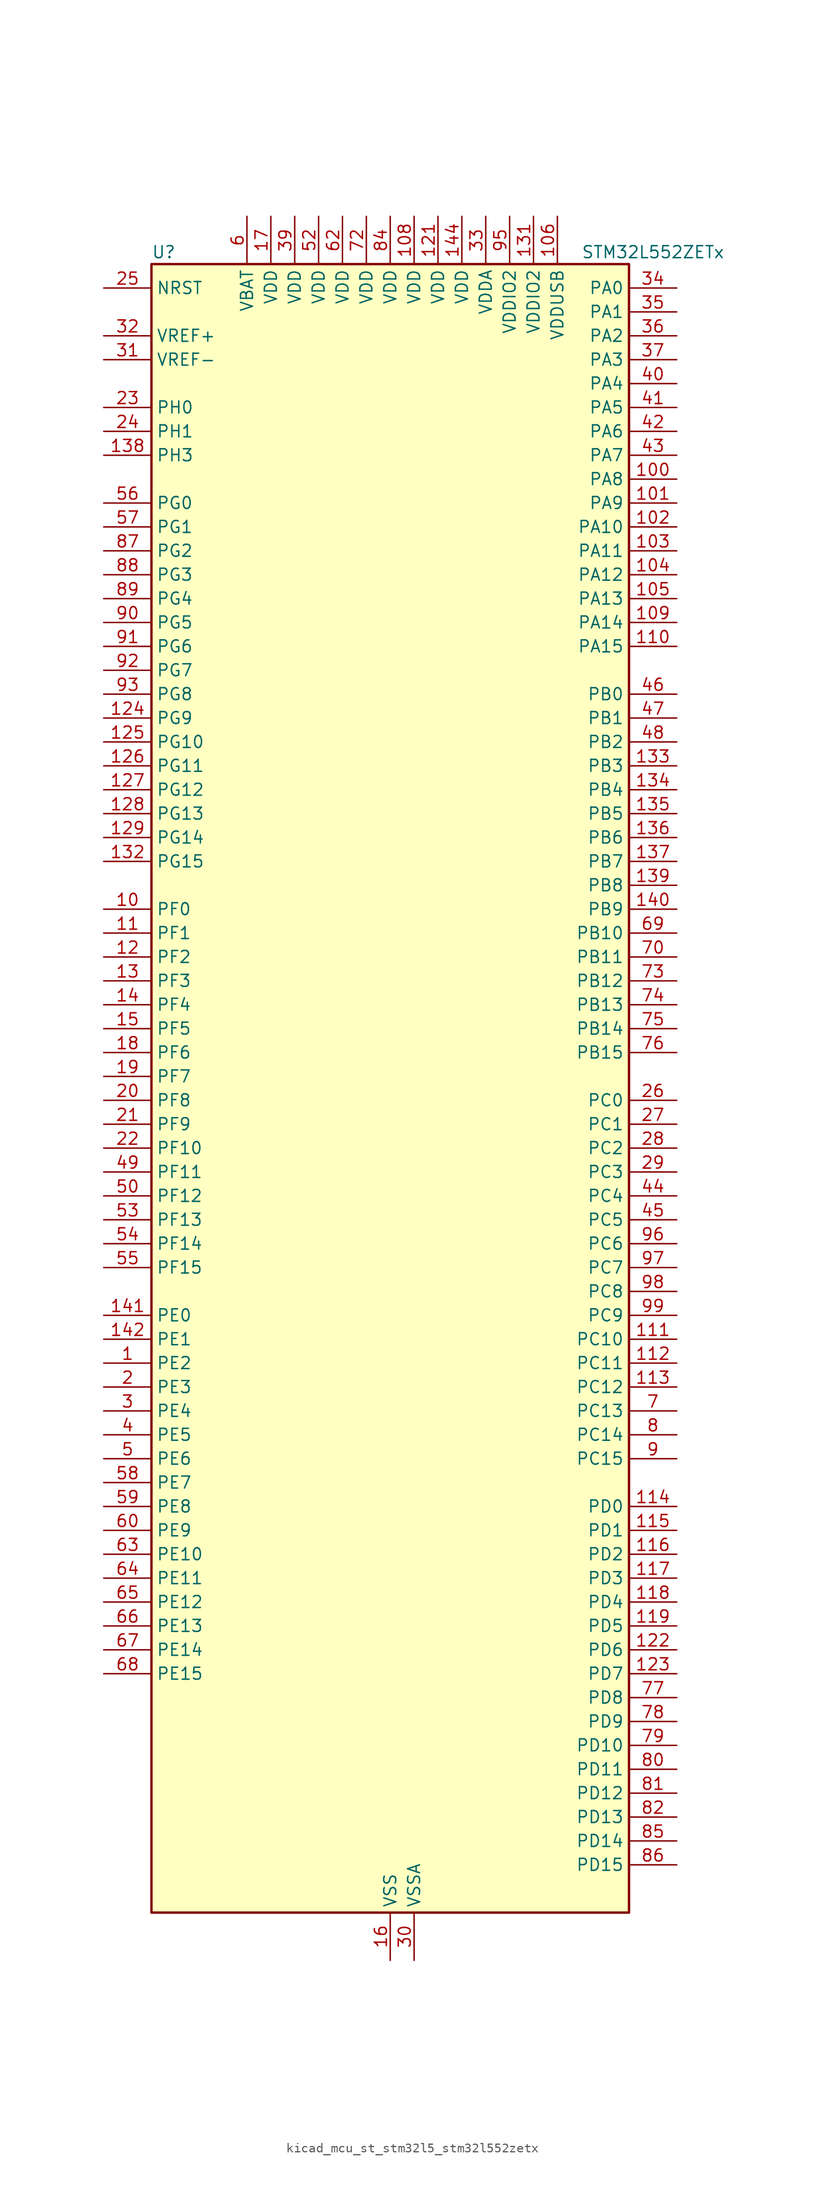
<source format=kicad_sym>
(kicad_symbol_lib
  (version 20220914)
  (generator kicad_symbol_editor)
  (symbol "kicad_mcu_st_stm32l5_stm32l552zetx"
    (property "Reference" "U"
      (at -25.4 90.17 0)
      (effects (font (size 1.27 1.27)) (justify left)))
    (property "Value" "STM32L552ZETx"
      (at 20.32 90.17 0)
      (effects (font (size 1.27 1.27)) (justify left)))
    (property "ki_locked" ""
      (at 0 0 0)
      (effects (font (size 1.27 1.27))))
    (symbol "kicad_mcu_st_stm32l5_stm32l552zetx_0_1"
      (rectangle (start -25.4 -86.36) (end 25.4 88.9) (stroke (width 0.254) (type default)) (fill (type background))))
    (symbol "kicad_mcu_st_stm32l5_stm32l552zetx_1_1"
      (pin bidirectional line (at -30.48 -27.94 0) (length 5.08) (name "PE2" (effects (font (size 1.27 1.27)))) (number "1" (effects (font (size 1.27 1.27)))) (alternate "DEBUG_TRACECLK" bidirectional line) (alternate "FMC_A23" bidirectional line) (alternate "SAI1_CK1" bidirectional line) (alternate "SAI1_MCLK_A" bidirectional line) (alternate "TIM3_ETR" bidirectional line) (alternate "TSC_G7_IO1" bidirectional line))
      (pin bidirectional line (at -30.48 20.32 0) (length 5.08) (name "PF0" (effects (font (size 1.27 1.27)))) (number "10" (effects (font (size 1.27 1.27)))) (alternate "FMC_A0" bidirectional line) (alternate "I2C2_SDA" bidirectional line))
      (pin bidirectional line (at 30.48 66.04 180) (length 5.08) (name "PA8" (effects (font (size 1.27 1.27)))) (number "100" (effects (font (size 1.27 1.27)))) (alternate "LPTIM2_OUT" bidirectional line) (alternate "RCC_MCO" bidirectional line) (alternate "SAI1_CK2" bidirectional line) (alternate "SAI1_SCK_A" bidirectional line) (alternate "TIM1_CH1" bidirectional line) (alternate "USART1_CK" bidirectional line))
      (pin bidirectional line (at 30.48 63.5 180) (length 5.08) (name "PA9" (effects (font (size 1.27 1.27)))) (number "101" (effects (font (size 1.27 1.27)))) (alternate "DAC1_EXTI9" bidirectional line) (alternate "SAI1_FS_A" bidirectional line) (alternate "SPI2_SCK" bidirectional line) (alternate "TIM15_BKIN" bidirectional line) (alternate "TIM1_CH2" bidirectional line) (alternate "USART1_TX" bidirectional line))
      (pin bidirectional line (at 30.48 60.96 180) (length 5.08) (name "PA10" (effects (font (size 1.27 1.27)))) (number "102" (effects (font (size 1.27 1.27)))) (alternate "CRS_SYNC" bidirectional line) (alternate "SAI1_D1" bidirectional line) (alternate "SAI1_SD_A" bidirectional line) (alternate "TIM17_BKIN" bidirectional line) (alternate "TIM1_CH3" bidirectional line) (alternate "USART1_RX" bidirectional line))
      (pin bidirectional line (at 30.48 58.42 180) (length 5.08) (name "PA11" (effects (font (size 1.27 1.27)))) (number "103" (effects (font (size 1.27 1.27)))) (alternate "ADC1_EXTI11" bidirectional line) (alternate "ADC2_EXTI11" bidirectional line) (alternate "FDCAN1_RX" bidirectional line) (alternate "SPI1_MISO" bidirectional line) (alternate "TIM1_BKIN2" bidirectional line) (alternate "TIM1_CH4" bidirectional line) (alternate "USART1_CTS" bidirectional line) (alternate "USART1_NSS" bidirectional line) (alternate "USB_DM" bidirectional line))
      (pin bidirectional line (at 30.48 55.88 180) (length 5.08) (name "PA12" (effects (font (size 1.27 1.27)))) (number "104" (effects (font (size 1.27 1.27)))) (alternate "FDCAN1_TX" bidirectional line) (alternate "SPI1_MOSI" bidirectional line) (alternate "TIM1_ETR" bidirectional line) (alternate "USART1_DE" bidirectional line) (alternate "USART1_RTS" bidirectional line) (alternate "USB_DP" bidirectional line))
      (pin bidirectional line (at 30.48 53.34 180) (length 5.08) (name "PA13" (effects (font (size 1.27 1.27)))) (number "105" (effects (font (size 1.27 1.27)))) (alternate "DEBUG_JTMS-SWDIO" bidirectional line) (alternate "IR_OUT" bidirectional line) (alternate "SAI1_SD_B" bidirectional line) (alternate "USB_NOE" bidirectional line))
      (pin power_in line (at 17.78 93.98 270) (length 5.08) (name "VDDUSB" (effects (font (size 1.27 1.27)))) (number "106" (effects (font (size 1.27 1.27)))))
      (pin passive line (at 0 -91.44 90) (length 5.08) hide (name "VSS" (effects (font (size 1.27 1.27)))) (number "107" (effects (font (size 1.27 1.27)))))
      (pin power_in line (at 2.54 93.98 270) (length 5.08) (name "VDD" (effects (font (size 1.27 1.27)))) (number "108" (effects (font (size 1.27 1.27)))))
      (pin bidirectional line (at 30.48 50.8 180) (length 5.08) (name "PA14" (effects (font (size 1.27 1.27)))) (number "109" (effects (font (size 1.27 1.27)))) (alternate "DEBUG_JTCK-SWCLK" bidirectional line) (alternate "I2C1_SMBA" bidirectional line) (alternate "I2C4_SMBA" bidirectional line) (alternate "LPTIM1_OUT" bidirectional line) (alternate "SAI1_FS_B" bidirectional line))
      (pin bidirectional line (at -30.48 17.78 0) (length 5.08) (name "PF1" (effects (font (size 1.27 1.27)))) (number "11" (effects (font (size 1.27 1.27)))) (alternate "FMC_A1" bidirectional line) (alternate "I2C2_SCL" bidirectional line))
      (pin bidirectional line (at 30.48 48.26 180) (length 5.08) (name "PA15" (effects (font (size 1.27 1.27)))) (number "110" (effects (font (size 1.27 1.27)))) (alternate "ADC1_EXTI15" bidirectional line) (alternate "ADC2_EXTI15" bidirectional line) (alternate "DEBUG_JTDI" bidirectional line) (alternate "SAI2_FS_B" bidirectional line) (alternate "SPI1_NSS" bidirectional line) (alternate "SPI3_NSS" bidirectional line) (alternate "TIM2_CH1" bidirectional line) (alternate "TIM2_ETR" bidirectional line) (alternate "UART4_DE" bidirectional line) (alternate "UART4_RTS" bidirectional line) (alternate "UCPD1_CC1" bidirectional line) (alternate "USART2_RX" bidirectional line) (alternate "USART3_DE" bidirectional line) (alternate "USART3_RTS" bidirectional line))
      (pin bidirectional line (at 30.48 -25.4 180) (length 5.08) (name "PC10" (effects (font (size 1.27 1.27)))) (number "111" (effects (font (size 1.27 1.27)))) (alternate "DEBUG_TRACED1" bidirectional line) (alternate "LPTIM3_ETR" bidirectional line) (alternate "SAI2_SCK_B" bidirectional line) (alternate "SDMMC1_D2" bidirectional line) (alternate "SPI3_SCK" bidirectional line) (alternate "TSC_G3_IO2" bidirectional line) (alternate "UART4_TX" bidirectional line) (alternate "USART3_TX" bidirectional line))
      (pin bidirectional line (at 30.48 -27.94 180) (length 5.08) (name "PC11" (effects (font (size 1.27 1.27)))) (number "112" (effects (font (size 1.27 1.27)))) (alternate "ADC1_EXTI11" bidirectional line) (alternate "ADC2_EXTI11" bidirectional line) (alternate "LPTIM3_IN1" bidirectional line) (alternate "OCTOSPI1_NCS" bidirectional line) (alternate "SAI2_MCLK_B" bidirectional line) (alternate "SDMMC1_D3" bidirectional line) (alternate "SPI3_MISO" bidirectional line) (alternate "TSC_G3_IO3" bidirectional line) (alternate "UART4_RX" bidirectional line) (alternate "UCPD1_FRSTX2" bidirectional line) (alternate "USART3_RX" bidirectional line))
      (pin bidirectional line (at 30.48 -30.48 180) (length 5.08) (name "PC12" (effects (font (size 1.27 1.27)))) (number "113" (effects (font (size 1.27 1.27)))) (alternate "DEBUG_TRACED3" bidirectional line) (alternate "SAI2_SD_B" bidirectional line) (alternate "SDMMC1_CK" bidirectional line) (alternate "SPI3_MOSI" bidirectional line) (alternate "TSC_G3_IO4" bidirectional line) (alternate "UART5_TX" bidirectional line) (alternate "USART3_CK" bidirectional line))
      (pin bidirectional line (at 30.48 -43.18 180) (length 5.08) (name "PD0" (effects (font (size 1.27 1.27)))) (number "114" (effects (font (size 1.27 1.27)))) (alternate "FDCAN1_RX" bidirectional line) (alternate "FMC_D2" bidirectional line) (alternate "FMC_DA2" bidirectional line) (alternate "SPI2_NSS" bidirectional line))
      (pin bidirectional line (at 30.48 -45.72 180) (length 5.08) (name "PD1" (effects (font (size 1.27 1.27)))) (number "115" (effects (font (size 1.27 1.27)))) (alternate "FDCAN1_TX" bidirectional line) (alternate "FMC_D3" bidirectional line) (alternate "FMC_DA3" bidirectional line) (alternate "SPI2_SCK" bidirectional line))
      (pin bidirectional line (at 30.48 -48.26 180) (length 5.08) (name "PD2" (effects (font (size 1.27 1.27)))) (number "116" (effects (font (size 1.27 1.27)))) (alternate "DEBUG_TRACED2" bidirectional line) (alternate "SDMMC1_CMD" bidirectional line) (alternate "TIM3_ETR" bidirectional line) (alternate "TSC_SYNC" bidirectional line) (alternate "UART5_RX" bidirectional line) (alternate "USART3_DE" bidirectional line) (alternate "USART3_RTS" bidirectional line))
      (pin bidirectional line (at 30.48 -50.8 180) (length 5.08) (name "PD3" (effects (font (size 1.27 1.27)))) (number "117" (effects (font (size 1.27 1.27)))) (alternate "DFSDM1_DATIN0" bidirectional line) (alternate "FMC_CLK" bidirectional line) (alternate "SPI2_MISO" bidirectional line) (alternate "SPI2_SCK" bidirectional line) (alternate "USART2_CTS" bidirectional line) (alternate "USART2_NSS" bidirectional line))
      (pin bidirectional line (at 30.48 -53.34 180) (length 5.08) (name "PD4" (effects (font (size 1.27 1.27)))) (number "118" (effects (font (size 1.27 1.27)))) (alternate "DFSDM1_CKIN0" bidirectional line) (alternate "FMC_NOE" bidirectional line) (alternate "OCTOSPI1_IO4" bidirectional line) (alternate "SPI2_MOSI" bidirectional line) (alternate "USART2_DE" bidirectional line) (alternate "USART2_RTS" bidirectional line))
      (pin bidirectional line (at 30.48 -55.88 180) (length 5.08) (name "PD5" (effects (font (size 1.27 1.27)))) (number "119" (effects (font (size 1.27 1.27)))) (alternate "FMC_NWE" bidirectional line) (alternate "OCTOSPI1_IO5" bidirectional line) (alternate "USART2_TX" bidirectional line))
      (pin bidirectional line (at -30.48 15.24 0) (length 5.08) (name "PF2" (effects (font (size 1.27 1.27)))) (number "12" (effects (font (size 1.27 1.27)))) (alternate "FMC_A2" bidirectional line) (alternate "I2C2_SMBA" bidirectional line))
      (pin passive line (at 0 -91.44 90) (length 5.08) hide (name "VSS" (effects (font (size 1.27 1.27)))) (number "120" (effects (font (size 1.27 1.27)))))
      (pin power_in line (at 5.08 93.98 270) (length 5.08) (name "VDD" (effects (font (size 1.27 1.27)))) (number "121" (effects (font (size 1.27 1.27)))))
      (pin bidirectional line (at 30.48 -58.42 180) (length 5.08) (name "PD6" (effects (font (size 1.27 1.27)))) (number "122" (effects (font (size 1.27 1.27)))) (alternate "DFSDM1_DATIN1" bidirectional line) (alternate "FMC_NWAIT" bidirectional line) (alternate "OCTOSPI1_IO6" bidirectional line) (alternate "SAI1_D1" bidirectional line) (alternate "SAI1_SD_A" bidirectional line) (alternate "SPI3_MOSI" bidirectional line) (alternate "USART2_RX" bidirectional line))
      (pin bidirectional line (at 30.48 -60.96 180) (length 5.08) (name "PD7" (effects (font (size 1.27 1.27)))) (number "123" (effects (font (size 1.27 1.27)))) (alternate "DFSDM1_CKIN1" bidirectional line) (alternate "FMC_NCE" bidirectional line) (alternate "FMC_NE1" bidirectional line) (alternate "OCTOSPI1_IO7" bidirectional line) (alternate "USART2_CK" bidirectional line))
      (pin bidirectional line (at -30.48 40.64 0) (length 5.08) (name "PG9" (effects (font (size 1.27 1.27)))) (number "124" (effects (font (size 1.27 1.27)))) (alternate "DAC1_EXTI9" bidirectional line) (alternate "FMC_NCE" bidirectional line) (alternate "FMC_NE2" bidirectional line) (alternate "SAI2_SCK_A" bidirectional line) (alternate "SPI3_SCK" bidirectional line) (alternate "TIM15_CH1N" bidirectional line) (alternate "USART1_TX" bidirectional line))
      (pin bidirectional line (at -30.48 38.1 0) (length 5.08) (name "PG10" (effects (font (size 1.27 1.27)))) (number "125" (effects (font (size 1.27 1.27)))) (alternate "FMC_NE3" bidirectional line) (alternate "LPTIM1_IN1" bidirectional line) (alternate "SAI2_FS_A" bidirectional line) (alternate "SPI3_MISO" bidirectional line) (alternate "TIM15_CH1" bidirectional line) (alternate "USART1_RX" bidirectional line))
      (pin bidirectional line (at -30.48 35.56 0) (length 5.08) (name "PG11" (effects (font (size 1.27 1.27)))) (number "126" (effects (font (size 1.27 1.27)))) (alternate "ADC1_EXTI11" bidirectional line) (alternate "ADC2_EXTI11" bidirectional line) (alternate "LPTIM1_IN2" bidirectional line) (alternate "OCTOSPI1_IO5" bidirectional line) (alternate "SAI2_MCLK_A" bidirectional line) (alternate "SPI3_MOSI" bidirectional line) (alternate "TIM15_CH2" bidirectional line) (alternate "USART1_CTS" bidirectional line) (alternate "USART1_NSS" bidirectional line))
      (pin bidirectional line (at -30.48 33.02 0) (length 5.08) (name "PG12" (effects (font (size 1.27 1.27)))) (number "127" (effects (font (size 1.27 1.27)))) (alternate "FMC_NE4" bidirectional line) (alternate "LPTIM1_ETR" bidirectional line) (alternate "SAI2_SD_A" bidirectional line) (alternate "SPI3_NSS" bidirectional line) (alternate "USART1_DE" bidirectional line) (alternate "USART1_RTS" bidirectional line))
      (pin bidirectional line (at -30.48 30.48 0) (length 5.08) (name "PG13" (effects (font (size 1.27 1.27)))) (number "128" (effects (font (size 1.27 1.27)))) (alternate "FMC_A24" bidirectional line) (alternate "I2C1_SDA" bidirectional line) (alternate "USART1_CK" bidirectional line))
      (pin bidirectional line (at -30.48 27.94 0) (length 5.08) (name "PG14" (effects (font (size 1.27 1.27)))) (number "129" (effects (font (size 1.27 1.27)))) (alternate "FMC_A25" bidirectional line) (alternate "I2C1_SCL" bidirectional line))
      (pin bidirectional line (at -30.48 12.7 0) (length 5.08) (name "PF3" (effects (font (size 1.27 1.27)))) (number "13" (effects (font (size 1.27 1.27)))) (alternate "FMC_A3" bidirectional line) (alternate "LPTIM3_IN1" bidirectional line))
      (pin passive line (at 0 -91.44 90) (length 5.08) hide (name "VSS" (effects (font (size 1.27 1.27)))) (number "130" (effects (font (size 1.27 1.27)))))
      (pin power_in line (at 15.24 93.98 270) (length 5.08) (name "VDDIO2" (effects (font (size 1.27 1.27)))) (number "131" (effects (font (size 1.27 1.27)))))
      (pin bidirectional line (at -30.48 25.4 0) (length 5.08) (name "PG15" (effects (font (size 1.27 1.27)))) (number "132" (effects (font (size 1.27 1.27)))) (alternate "ADC1_EXTI15" bidirectional line) (alternate "ADC2_EXTI15" bidirectional line) (alternate "I2C1_SMBA" bidirectional line) (alternate "LPTIM1_OUT" bidirectional line))
      (pin bidirectional line (at 30.48 35.56 180) (length 5.08) (name "PB3" (effects (font (size 1.27 1.27)))) (number "133" (effects (font (size 1.27 1.27)))) (alternate "COMP2_INM" bidirectional line) (alternate "CRS_SYNC" bidirectional line) (alternate "DEBUG_JTDO-SWO" bidirectional line) (alternate "SAI1_SCK_B" bidirectional line) (alternate "SPI1_SCK" bidirectional line) (alternate "SPI3_SCK" bidirectional line) (alternate "TIM2_CH2" bidirectional line) (alternate "USART1_DE" bidirectional line) (alternate "USART1_RTS" bidirectional line))
      (pin bidirectional line (at 30.48 33.02 180) (length 5.08) (name "PB4" (effects (font (size 1.27 1.27)))) (number "134" (effects (font (size 1.27 1.27)))) (alternate "COMP2_INP" bidirectional line) (alternate "DEBUG_JTRST" bidirectional line) (alternate "I2C3_SDA" bidirectional line) (alternate "SAI1_MCLK_B" bidirectional line) (alternate "SPI1_MISO" bidirectional line) (alternate "SPI3_MISO" bidirectional line) (alternate "TIM17_BKIN" bidirectional line) (alternate "TIM3_CH1" bidirectional line) (alternate "TSC_G2_IO1" bidirectional line) (alternate "UART5_DE" bidirectional line) (alternate "UART5_RTS" bidirectional line) (alternate "USART1_CTS" bidirectional line) (alternate "USART1_NSS" bidirectional line))
      (pin bidirectional line (at 30.48 30.48 180) (length 5.08) (name "PB5" (effects (font (size 1.27 1.27)))) (number "135" (effects (font (size 1.27 1.27)))) (alternate "COMP2_OUT" bidirectional line) (alternate "I2C1_SMBA" bidirectional line) (alternate "LPTIM1_IN1" bidirectional line) (alternate "OCTOSPI1_NCLK" bidirectional line) (alternate "SAI1_SD_B" bidirectional line) (alternate "SPI1_MOSI" bidirectional line) (alternate "SPI3_MOSI" bidirectional line) (alternate "TIM16_BKIN" bidirectional line) (alternate "TIM3_CH2" bidirectional line) (alternate "TSC_G2_IO2" bidirectional line) (alternate "UART5_CTS" bidirectional line) (alternate "UCPD1_DBCC1" bidirectional line) (alternate "USART1_CK" bidirectional line))
      (pin bidirectional line (at 30.48 27.94 180) (length 5.08) (name "PB6" (effects (font (size 1.27 1.27)))) (number "136" (effects (font (size 1.27 1.27)))) (alternate "COMP2_INP" bidirectional line) (alternate "I2C1_SCL" bidirectional line) (alternate "I2C4_SCL" bidirectional line) (alternate "LPTIM1_ETR" bidirectional line) (alternate "SAI1_FS_B" bidirectional line) (alternate "TIM16_CH1N" bidirectional line) (alternate "TIM4_CH1" bidirectional line) (alternate "TIM8_BKIN2" bidirectional line) (alternate "TSC_G2_IO3" bidirectional line) (alternate "USART1_TX" bidirectional line))
      (pin bidirectional line (at 30.48 25.4 180) (length 5.08) (name "PB7" (effects (font (size 1.27 1.27)))) (number "137" (effects (font (size 1.27 1.27)))) (alternate "COMP2_INM" bidirectional line) (alternate "FMC_NL" bidirectional line) (alternate "I2C1_SDA" bidirectional line) (alternate "I2C4_SDA" bidirectional line) (alternate "LPTIM1_IN2" bidirectional line) (alternate "PWR_PVD_IN" bidirectional line) (alternate "TIM17_CH1N" bidirectional line) (alternate "TIM4_CH2" bidirectional line) (alternate "TIM8_BKIN" bidirectional line) (alternate "TSC_G2_IO4" bidirectional line) (alternate "UART4_CTS" bidirectional line) (alternate "USART1_RX" bidirectional line))
      (pin bidirectional line (at -30.48 68.58 0) (length 5.08) (name "PH3" (effects (font (size 1.27 1.27)))) (number "138" (effects (font (size 1.27 1.27)))))
      (pin bidirectional line (at 30.48 22.86 180) (length 5.08) (name "PB8" (effects (font (size 1.27 1.27)))) (number "139" (effects (font (size 1.27 1.27)))) (alternate "DFSDM1_CKOUT" bidirectional line) (alternate "FDCAN1_RX" bidirectional line) (alternate "I2C1_SCL" bidirectional line) (alternate "SAI1_CK1" bidirectional line) (alternate "SAI1_MCLK_A" bidirectional line) (alternate "SDMMC1_CKIN" bidirectional line) (alternate "SDMMC1_D4" bidirectional line) (alternate "TIM16_CH1" bidirectional line) (alternate "TIM4_CH3" bidirectional line))
      (pin bidirectional line (at -30.48 10.16 0) (length 5.08) (name "PF4" (effects (font (size 1.27 1.27)))) (number "14" (effects (font (size 1.27 1.27)))) (alternate "FMC_A4" bidirectional line) (alternate "LPTIM3_ETR" bidirectional line))
      (pin bidirectional line (at 30.48 20.32 180) (length 5.08) (name "PB9" (effects (font (size 1.27 1.27)))) (number "140" (effects (font (size 1.27 1.27)))) (alternate "DAC1_EXTI9" bidirectional line) (alternate "FDCAN1_TX" bidirectional line) (alternate "I2C1_SDA" bidirectional line) (alternate "IR_OUT" bidirectional line) (alternate "SAI1_D2" bidirectional line) (alternate "SAI1_FS_A" bidirectional line) (alternate "SDMMC1_CDIR" bidirectional line) (alternate "SDMMC1_D5" bidirectional line) (alternate "SPI2_NSS" bidirectional line) (alternate "TIM17_CH1" bidirectional line) (alternate "TIM4_CH4" bidirectional line))
      (pin bidirectional line (at -30.48 -22.86 0) (length 5.08) (name "PE0" (effects (font (size 1.27 1.27)))) (number "141" (effects (font (size 1.27 1.27)))) (alternate "FMC_NBL0" bidirectional line) (alternate "TIM16_CH1" bidirectional line) (alternate "TIM4_ETR" bidirectional line))
      (pin bidirectional line (at -30.48 -25.4 0) (length 5.08) (name "PE1" (effects (font (size 1.27 1.27)))) (number "142" (effects (font (size 1.27 1.27)))) (alternate "FMC_NBL1" bidirectional line) (alternate "TIM17_CH1" bidirectional line))
      (pin passive line (at 0 -91.44 90) (length 5.08) hide (name "VSS" (effects (font (size 1.27 1.27)))) (number "143" (effects (font (size 1.27 1.27)))))
      (pin power_in line (at 7.62 93.98 270) (length 5.08) (name "VDD" (effects (font (size 1.27 1.27)))) (number "144" (effects (font (size 1.27 1.27)))))
      (pin bidirectional line (at -30.48 7.62 0) (length 5.08) (name "PF5" (effects (font (size 1.27 1.27)))) (number "15" (effects (font (size 1.27 1.27)))) (alternate "FMC_A5" bidirectional line) (alternate "LPTIM3_OUT" bidirectional line))
      (pin power_in line (at 0 -91.44 90) (length 5.08) (name "VSS" (effects (font (size 1.27 1.27)))) (number "16" (effects (font (size 1.27 1.27)))))
      (pin power_in line (at -12.7 93.98 270) (length 5.08) (name "VDD" (effects (font (size 1.27 1.27)))) (number "17" (effects (font (size 1.27 1.27)))))
      (pin bidirectional line (at -30.48 5.08 0) (length 5.08) (name "PF6" (effects (font (size 1.27 1.27)))) (number "18" (effects (font (size 1.27 1.27)))) (alternate "OCTOSPI1_IO3" bidirectional line) (alternate "SAI1_SD_B" bidirectional line) (alternate "TIM5_CH1" bidirectional line) (alternate "TIM5_ETR" bidirectional line))
      (pin bidirectional line (at -30.48 2.54 0) (length 5.08) (name "PF7" (effects (font (size 1.27 1.27)))) (number "19" (effects (font (size 1.27 1.27)))) (alternate "OCTOSPI1_IO2" bidirectional line) (alternate "SAI1_MCLK_B" bidirectional line) (alternate "TAMP_IN6" bidirectional line) (alternate "TAMP_OUT3" bidirectional line) (alternate "TIM5_CH2" bidirectional line))
      (pin bidirectional line (at -30.48 -30.48 0) (length 5.08) (name "PE3" (effects (font (size 1.27 1.27)))) (number "2" (effects (font (size 1.27 1.27)))) (alternate "DEBUG_TRACED0" bidirectional line) (alternate "FMC_A19" bidirectional line) (alternate "OCTOSPI1_DQS" bidirectional line) (alternate "SAI1_SD_B" bidirectional line) (alternate "TIM3_CH1" bidirectional line) (alternate "TSC_G7_IO2" bidirectional line))
      (pin bidirectional line (at -30.48 0 0) (length 5.08) (name "PF8" (effects (font (size 1.27 1.27)))) (number "20" (effects (font (size 1.27 1.27)))) (alternate "OCTOSPI1_IO0" bidirectional line) (alternate "SAI1_SCK_B" bidirectional line) (alternate "TAMP_IN7" bidirectional line) (alternate "TAMP_OUT8" bidirectional line) (alternate "TIM5_CH3" bidirectional line))
      (pin bidirectional line (at -30.48 -2.54 0) (length 5.08) (name "PF9" (effects (font (size 1.27 1.27)))) (number "21" (effects (font (size 1.27 1.27)))) (alternate "DAC1_EXTI9" bidirectional line) (alternate "OCTOSPI1_IO1" bidirectional line) (alternate "SAI1_FS_B" bidirectional line) (alternate "TAMP_IN8" bidirectional line) (alternate "TAMP_OUT7" bidirectional line) (alternate "TIM15_CH1" bidirectional line) (alternate "TIM5_CH4" bidirectional line))
      (pin bidirectional line (at -30.48 -5.08 0) (length 5.08) (name "PF10" (effects (font (size 1.27 1.27)))) (number "22" (effects (font (size 1.27 1.27)))) (alternate "DFSDM1_CKOUT" bidirectional line) (alternate "OCTOSPI1_CLK" bidirectional line) (alternate "SAI1_D3" bidirectional line) (alternate "TIM15_CH2" bidirectional line))
      (pin bidirectional line (at -30.48 73.66 0) (length 5.08) (name "PH0" (effects (font (size 1.27 1.27)))) (number "23" (effects (font (size 1.27 1.27)))) (alternate "RCC_OSC_IN" bidirectional line))
      (pin bidirectional line (at -30.48 71.12 0) (length 5.08) (name "PH1" (effects (font (size 1.27 1.27)))) (number "24" (effects (font (size 1.27 1.27)))) (alternate "RCC_OSC_OUT" bidirectional line))
      (pin input line (at -30.48 86.36 0) (length 5.08) (name "NRST" (effects (font (size 1.27 1.27)))) (number "25" (effects (font (size 1.27 1.27)))))
      (pin bidirectional line (at 30.48 0 180) (length 5.08) (name "PC0" (effects (font (size 1.27 1.27)))) (number "26" (effects (font (size 1.27 1.27)))) (alternate "ADC1_IN1" bidirectional line) (alternate "ADC2_IN1" bidirectional line) (alternate "I2C3_SCL" bidirectional line) (alternate "LPTIM1_IN1" bidirectional line) (alternate "LPTIM2_IN1" bidirectional line) (alternate "LPUART1_RX" bidirectional line) (alternate "OCTOSPI1_IO7" bidirectional line) (alternate "SAI2_FS_A" bidirectional line) (alternate "SDMMC1_D5" bidirectional line))
      (pin bidirectional line (at 30.48 -2.54 180) (length 5.08) (name "PC1" (effects (font (size 1.27 1.27)))) (number "27" (effects (font (size 1.27 1.27)))) (alternate "ADC1_IN2" bidirectional line) (alternate "ADC2_IN2" bidirectional line) (alternate "DEBUG_TRACED0" bidirectional line) (alternate "I2C3_SDA" bidirectional line) (alternate "LPTIM1_OUT" bidirectional line) (alternate "LPUART1_TX" bidirectional line) (alternate "OCTOSPI1_IO4" bidirectional line) (alternate "SAI1_SD_A" bidirectional line) (alternate "SPI2_MOSI" bidirectional line))
      (pin bidirectional line (at 30.48 -5.08 180) (length 5.08) (name "PC2" (effects (font (size 1.27 1.27)))) (number "28" (effects (font (size 1.27 1.27)))) (alternate "ADC1_IN3" bidirectional line) (alternate "ADC2_IN3" bidirectional line) (alternate "DFSDM1_CKOUT" bidirectional line) (alternate "LPTIM1_IN2" bidirectional line) (alternate "OCTOSPI1_IO5" bidirectional line) (alternate "SPI2_MISO" bidirectional line))
      (pin bidirectional line (at 30.48 -7.62 180) (length 5.08) (name "PC3" (effects (font (size 1.27 1.27)))) (number "29" (effects (font (size 1.27 1.27)))) (alternate "ADC1_IN4" bidirectional line) (alternate "ADC2_IN4" bidirectional line) (alternate "LPTIM1_ETR" bidirectional line) (alternate "LPTIM2_ETR" bidirectional line) (alternate "LPTIM3_OUT" bidirectional line) (alternate "OCTOSPI1_IO6" bidirectional line) (alternate "SAI1_D1" bidirectional line) (alternate "SAI1_SD_A" bidirectional line) (alternate "SPI2_MOSI" bidirectional line))
      (pin bidirectional line (at -30.48 -33.02 0) (length 5.08) (name "PE4" (effects (font (size 1.27 1.27)))) (number "3" (effects (font (size 1.27 1.27)))) (alternate "DEBUG_TRACED1" bidirectional line) (alternate "DFSDM1_DATIN3" bidirectional line) (alternate "FMC_A20" bidirectional line) (alternate "SAI1_D2" bidirectional line) (alternate "SAI1_FS_A" bidirectional line) (alternate "TIM3_CH2" bidirectional line) (alternate "TSC_G7_IO3" bidirectional line))
      (pin power_in line (at 2.54 -91.44 90) (length 5.08) (name "VSSA" (effects (font (size 1.27 1.27)))) (number "30" (effects (font (size 1.27 1.27)))))
      (pin input line (at -30.48 78.74 0) (length 5.08) (name "VREF-" (effects (font (size 1.27 1.27)))) (number "31" (effects (font (size 1.27 1.27)))))
      (pin input line (at -30.48 81.28 0) (length 5.08) (name "VREF+" (effects (font (size 1.27 1.27)))) (number "32" (effects (font (size 1.27 1.27)))))
      (pin power_in line (at 10.16 93.98 270) (length 5.08) (name "VDDA" (effects (font (size 1.27 1.27)))) (number "33" (effects (font (size 1.27 1.27)))))
      (pin bidirectional line (at 30.48 86.36 180) (length 5.08) (name "PA0" (effects (font (size 1.27 1.27)))) (number "34" (effects (font (size 1.27 1.27)))) (alternate "ADC1_IN5" bidirectional line) (alternate "ADC2_IN5" bidirectional line) (alternate "OPAMP1_VINP" bidirectional line) (alternate "PWR_WKUP1" bidirectional line) (alternate "SAI1_EXTCLK" bidirectional line) (alternate "TAMP_IN2" bidirectional line) (alternate "TAMP_OUT1" bidirectional line) (alternate "TIM2_CH1" bidirectional line) (alternate "TIM2_ETR" bidirectional line) (alternate "TIM5_CH1" bidirectional line) (alternate "TIM8_ETR" bidirectional line) (alternate "UART4_TX" bidirectional line) (alternate "USART2_CTS" bidirectional line) (alternate "USART2_NSS" bidirectional line))
      (pin bidirectional line (at 30.48 83.82 180) (length 5.08) (name "PA1" (effects (font (size 1.27 1.27)))) (number "35" (effects (font (size 1.27 1.27)))) (alternate "ADC1_IN6" bidirectional line) (alternate "ADC2_IN6" bidirectional line) (alternate "I2C1_SMBA" bidirectional line) (alternate "OCTOSPI1_DQS" bidirectional line) (alternate "OPAMP1_VINM" bidirectional line) (alternate "SPI1_SCK" bidirectional line) (alternate "TAMP_IN5" bidirectional line) (alternate "TAMP_OUT4" bidirectional line) (alternate "TIM15_CH1N" bidirectional line) (alternate "TIM2_CH2" bidirectional line) (alternate "TIM5_CH2" bidirectional line) (alternate "UART4_RX" bidirectional line) (alternate "USART2_DE" bidirectional line) (alternate "USART2_RTS" bidirectional line))
      (pin bidirectional line (at 30.48 81.28 180) (length 5.08) (name "PA2" (effects (font (size 1.27 1.27)))) (number "36" (effects (font (size 1.27 1.27)))) (alternate "ADC1_IN7" bidirectional line) (alternate "ADC2_IN7" bidirectional line) (alternate "COMP1_INP" bidirectional line) (alternate "LPUART1_TX" bidirectional line) (alternate "OCTOSPI1_NCS" bidirectional line) (alternate "PWR_WKUP4" bidirectional line) (alternate "RCC_LSCO" bidirectional line) (alternate "SAI2_EXTCLK" bidirectional line) (alternate "TIM15_CH1" bidirectional line) (alternate "TIM2_CH3" bidirectional line) (alternate "TIM5_CH3" bidirectional line) (alternate "UCPD1_FRSTX1" bidirectional line) (alternate "USART2_TX" bidirectional line))
      (pin bidirectional line (at 30.48 78.74 180) (length 5.08) (name "PA3" (effects (font (size 1.27 1.27)))) (number "37" (effects (font (size 1.27 1.27)))) (alternate "ADC1_IN8" bidirectional line) (alternate "ADC2_IN8" bidirectional line) (alternate "LPUART1_RX" bidirectional line) (alternate "OCTOSPI1_CLK" bidirectional line) (alternate "OPAMP1_VOUT" bidirectional line) (alternate "SAI1_CK1" bidirectional line) (alternate "SAI1_MCLK_A" bidirectional line) (alternate "TIM15_CH2" bidirectional line) (alternate "TIM2_CH4" bidirectional line) (alternate "TIM5_CH4" bidirectional line) (alternate "USART2_RX" bidirectional line))
      (pin passive line (at 0 -91.44 90) (length 5.08) hide (name "VSS" (effects (font (size 1.27 1.27)))) (number "38" (effects (font (size 1.27 1.27)))))
      (pin power_in line (at -10.16 93.98 270) (length 5.08) (name "VDD" (effects (font (size 1.27 1.27)))) (number "39" (effects (font (size 1.27 1.27)))))
      (pin bidirectional line (at -30.48 -35.56 0) (length 5.08) (name "PE5" (effects (font (size 1.27 1.27)))) (number "4" (effects (font (size 1.27 1.27)))) (alternate "DEBUG_TRACED2" bidirectional line) (alternate "DFSDM1_CKIN3" bidirectional line) (alternate "FMC_A21" bidirectional line) (alternate "SAI1_CK2" bidirectional line) (alternate "SAI1_SCK_A" bidirectional line) (alternate "TIM3_CH3" bidirectional line) (alternate "TSC_G7_IO4" bidirectional line))
      (pin bidirectional line (at 30.48 76.2 180) (length 5.08) (name "PA4" (effects (font (size 1.27 1.27)))) (number "40" (effects (font (size 1.27 1.27)))) (alternate "ADC1_IN9" bidirectional line) (alternate "ADC2_IN9" bidirectional line) (alternate "DAC1_OUT1" bidirectional line) (alternate "LPTIM2_OUT" bidirectional line) (alternate "OCTOSPI1_NCS" bidirectional line) (alternate "SAI1_FS_B" bidirectional line) (alternate "SPI1_NSS" bidirectional line) (alternate "SPI3_NSS" bidirectional line) (alternate "USART2_CK" bidirectional line))
      (pin bidirectional line (at 30.48 73.66 180) (length 5.08) (name "PA5" (effects (font (size 1.27 1.27)))) (number "41" (effects (font (size 1.27 1.27)))) (alternate "ADC1_IN10" bidirectional line) (alternate "ADC2_IN10" bidirectional line) (alternate "DAC1_OUT2" bidirectional line) (alternate "LPTIM2_ETR" bidirectional line) (alternate "SPI1_SCK" bidirectional line) (alternate "TIM2_CH1" bidirectional line) (alternate "TIM2_ETR" bidirectional line) (alternate "TIM8_CH1N" bidirectional line))
      (pin bidirectional line (at 30.48 71.12 180) (length 5.08) (name "PA6" (effects (font (size 1.27 1.27)))) (number "42" (effects (font (size 1.27 1.27)))) (alternate "ADC1_IN11" bidirectional line) (alternate "ADC2_IN11" bidirectional line) (alternate "LPUART1_CTS" bidirectional line) (alternate "OCTOSPI1_IO3" bidirectional line) (alternate "OPAMP2_VINP" bidirectional line) (alternate "SPI1_MISO" bidirectional line) (alternate "TIM16_CH1" bidirectional line) (alternate "TIM1_BKIN" bidirectional line) (alternate "TIM3_CH1" bidirectional line) (alternate "TIM8_BKIN" bidirectional line) (alternate "USART3_CTS" bidirectional line) (alternate "USART3_NSS" bidirectional line))
      (pin bidirectional line (at 30.48 68.58 180) (length 5.08) (name "PA7" (effects (font (size 1.27 1.27)))) (number "43" (effects (font (size 1.27 1.27)))) (alternate "ADC1_IN12" bidirectional line) (alternate "ADC2_IN12" bidirectional line) (alternate "I2C3_SCL" bidirectional line) (alternate "OCTOSPI1_IO2" bidirectional line) (alternate "OPAMP2_VINM" bidirectional line) (alternate "SPI1_MOSI" bidirectional line) (alternate "TIM17_CH1" bidirectional line) (alternate "TIM1_CH1N" bidirectional line) (alternate "TIM3_CH2" bidirectional line) (alternate "TIM8_CH1N" bidirectional line))
      (pin bidirectional line (at 30.48 -10.16 180) (length 5.08) (name "PC4" (effects (font (size 1.27 1.27)))) (number "44" (effects (font (size 1.27 1.27)))) (alternate "ADC1_IN13" bidirectional line) (alternate "ADC2_IN13" bidirectional line) (alternate "COMP1_INM" bidirectional line) (alternate "OCTOSPI1_IO7" bidirectional line) (alternate "USART3_TX" bidirectional line))
      (pin bidirectional line (at 30.48 -12.7 180) (length 5.08) (name "PC5" (effects (font (size 1.27 1.27)))) (number "45" (effects (font (size 1.27 1.27)))) (alternate "ADC1_IN14" bidirectional line) (alternate "ADC2_IN14" bidirectional line) (alternate "COMP1_INP" bidirectional line) (alternate "PWR_WKUP5" bidirectional line) (alternate "SAI1_D3" bidirectional line) (alternate "TAMP_IN4" bidirectional line) (alternate "TAMP_OUT5" bidirectional line) (alternate "USART3_RX" bidirectional line))
      (pin bidirectional line (at 30.48 43.18 180) (length 5.08) (name "PB0" (effects (font (size 1.27 1.27)))) (number "46" (effects (font (size 1.27 1.27)))) (alternate "ADC1_IN15" bidirectional line) (alternate "ADC2_IN15" bidirectional line) (alternate "COMP1_OUT" bidirectional line) (alternate "OCTOSPI1_IO1" bidirectional line) (alternate "OPAMP2_VOUT" bidirectional line) (alternate "SAI1_EXTCLK" bidirectional line) (alternate "SPI1_NSS" bidirectional line) (alternate "TIM1_CH2N" bidirectional line) (alternate "TIM3_CH3" bidirectional line) (alternate "TIM8_CH2N" bidirectional line) (alternate "USART3_CK" bidirectional line))
      (pin bidirectional line (at 30.48 40.64 180) (length 5.08) (name "PB1" (effects (font (size 1.27 1.27)))) (number "47" (effects (font (size 1.27 1.27)))) (alternate "ADC1_IN16" bidirectional line) (alternate "ADC2_IN16" bidirectional line) (alternate "COMP1_INM" bidirectional line) (alternate "DFSDM1_DATIN0" bidirectional line) (alternate "LPTIM2_IN1" bidirectional line) (alternate "LPUART1_DE" bidirectional line) (alternate "LPUART1_RTS" bidirectional line) (alternate "OCTOSPI1_IO0" bidirectional line) (alternate "TIM1_CH3N" bidirectional line) (alternate "TIM3_CH4" bidirectional line) (alternate "TIM8_CH3N" bidirectional line) (alternate "USART3_DE" bidirectional line) (alternate "USART3_RTS" bidirectional line))
      (pin bidirectional line (at 30.48 38.1 180) (length 5.08) (name "PB2" (effects (font (size 1.27 1.27)))) (number "48" (effects (font (size 1.27 1.27)))) (alternate "COMP1_INP" bidirectional line) (alternate "DFSDM1_CKIN0" bidirectional line) (alternate "I2C3_SMBA" bidirectional line) (alternate "LPTIM1_OUT" bidirectional line) (alternate "OCTOSPI1_DQS" bidirectional line) (alternate "RTC_OUT2" bidirectional line) (alternate "UCPD1_FRSTX1" bidirectional line))
      (pin bidirectional line (at -30.48 -7.62 0) (length 5.08) (name "PF11" (effects (font (size 1.27 1.27)))) (number "49" (effects (font (size 1.27 1.27)))) (alternate "ADC1_EXTI11" bidirectional line) (alternate "ADC2_EXTI11" bidirectional line) (alternate "OCTOSPI1_NCLK" bidirectional line))
      (pin bidirectional line (at -30.48 -38.1 0) (length 5.08) (name "PE6" (effects (font (size 1.27 1.27)))) (number "5" (effects (font (size 1.27 1.27)))) (alternate "DEBUG_TRACED3" bidirectional line) (alternate "FMC_A22" bidirectional line) (alternate "PWR_WKUP3" bidirectional line) (alternate "SAI1_D1" bidirectional line) (alternate "SAI1_SD_A" bidirectional line) (alternate "TAMP_IN3" bidirectional line) (alternate "TAMP_OUT6" bidirectional line) (alternate "TIM3_CH4" bidirectional line))
      (pin bidirectional line (at -30.48 -10.16 0) (length 5.08) (name "PF12" (effects (font (size 1.27 1.27)))) (number "50" (effects (font (size 1.27 1.27)))) (alternate "FMC_A6" bidirectional line))
      (pin passive line (at 0 -91.44 90) (length 5.08) hide (name "VSS" (effects (font (size 1.27 1.27)))) (number "51" (effects (font (size 1.27 1.27)))))
      (pin power_in line (at -7.62 93.98 270) (length 5.08) (name "VDD" (effects (font (size 1.27 1.27)))) (number "52" (effects (font (size 1.27 1.27)))))
      (pin bidirectional line (at -30.48 -12.7 0) (length 5.08) (name "PF13" (effects (font (size 1.27 1.27)))) (number "53" (effects (font (size 1.27 1.27)))) (alternate "FMC_A7" bidirectional line) (alternate "I2C4_SMBA" bidirectional line))
      (pin bidirectional line (at -30.48 -15.24 0) (length 5.08) (name "PF14" (effects (font (size 1.27 1.27)))) (number "54" (effects (font (size 1.27 1.27)))) (alternate "FMC_A8" bidirectional line) (alternate "I2C4_SCL" bidirectional line) (alternate "TSC_G8_IO1" bidirectional line))
      (pin bidirectional line (at -30.48 -17.78 0) (length 5.08) (name "PF15" (effects (font (size 1.27 1.27)))) (number "55" (effects (font (size 1.27 1.27)))) (alternate "ADC1_EXTI15" bidirectional line) (alternate "ADC2_EXTI15" bidirectional line) (alternate "FMC_A9" bidirectional line) (alternate "I2C4_SDA" bidirectional line) (alternate "TSC_G8_IO2" bidirectional line))
      (pin bidirectional line (at -30.48 63.5 0) (length 5.08) (name "PG0" (effects (font (size 1.27 1.27)))) (number "56" (effects (font (size 1.27 1.27)))) (alternate "FMC_A10" bidirectional line) (alternate "TSC_G8_IO3" bidirectional line))
      (pin bidirectional line (at -30.48 60.96 0) (length 5.08) (name "PG1" (effects (font (size 1.27 1.27)))) (number "57" (effects (font (size 1.27 1.27)))) (alternate "FMC_A11" bidirectional line) (alternate "TSC_G8_IO4" bidirectional line))
      (pin bidirectional line (at -30.48 -40.64 0) (length 5.08) (name "PE7" (effects (font (size 1.27 1.27)))) (number "58" (effects (font (size 1.27 1.27)))) (alternate "DFSDM1_DATIN2" bidirectional line) (alternate "FMC_D4" bidirectional line) (alternate "FMC_DA4" bidirectional line) (alternate "SAI1_SD_B" bidirectional line) (alternate "TIM1_ETR" bidirectional line))
      (pin bidirectional line (at -30.48 -43.18 0) (length 5.08) (name "PE8" (effects (font (size 1.27 1.27)))) (number "59" (effects (font (size 1.27 1.27)))) (alternate "DFSDM1_CKIN2" bidirectional line) (alternate "FMC_D5" bidirectional line) (alternate "FMC_DA5" bidirectional line) (alternate "SAI1_SCK_B" bidirectional line) (alternate "TIM1_CH1N" bidirectional line))
      (pin power_in line (at -15.24 93.98 270) (length 5.08) (name "VBAT" (effects (font (size 1.27 1.27)))) (number "6" (effects (font (size 1.27 1.27)))))
      (pin bidirectional line (at -30.48 -45.72 0) (length 5.08) (name "PE9" (effects (font (size 1.27 1.27)))) (number "60" (effects (font (size 1.27 1.27)))) (alternate "DAC1_EXTI9" bidirectional line) (alternate "DFSDM1_CKOUT" bidirectional line) (alternate "FMC_D6" bidirectional line) (alternate "FMC_DA6" bidirectional line) (alternate "OCTOSPI1_NCLK" bidirectional line) (alternate "SAI1_FS_B" bidirectional line) (alternate "TIM1_CH1" bidirectional line))
      (pin passive line (at 0 -91.44 90) (length 5.08) hide (name "VSS" (effects (font (size 1.27 1.27)))) (number "61" (effects (font (size 1.27 1.27)))))
      (pin power_in line (at -5.08 93.98 270) (length 5.08) (name "VDD" (effects (font (size 1.27 1.27)))) (number "62" (effects (font (size 1.27 1.27)))))
      (pin bidirectional line (at -30.48 -48.26 0) (length 5.08) (name "PE10" (effects (font (size 1.27 1.27)))) (number "63" (effects (font (size 1.27 1.27)))) (alternate "FMC_D7" bidirectional line) (alternate "FMC_DA7" bidirectional line) (alternate "OCTOSPI1_CLK" bidirectional line) (alternate "SAI1_MCLK_B" bidirectional line) (alternate "TIM1_CH2N" bidirectional line) (alternate "TSC_G5_IO1" bidirectional line))
      (pin bidirectional line (at -30.48 -50.8 0) (length 5.08) (name "PE11" (effects (font (size 1.27 1.27)))) (number "64" (effects (font (size 1.27 1.27)))) (alternate "ADC1_EXTI11" bidirectional line) (alternate "ADC2_EXTI11" bidirectional line) (alternate "FMC_D8" bidirectional line) (alternate "FMC_DA8" bidirectional line) (alternate "OCTOSPI1_NCS" bidirectional line) (alternate "TIM1_CH2" bidirectional line) (alternate "TSC_G5_IO2" bidirectional line))
      (pin bidirectional line (at -30.48 -53.34 0) (length 5.08) (name "PE12" (effects (font (size 1.27 1.27)))) (number "65" (effects (font (size 1.27 1.27)))) (alternate "FMC_D9" bidirectional line) (alternate "FMC_DA9" bidirectional line) (alternate "OCTOSPI1_IO0" bidirectional line) (alternate "SPI1_NSS" bidirectional line) (alternate "TIM1_CH3N" bidirectional line) (alternate "TSC_G5_IO3" bidirectional line))
      (pin bidirectional line (at -30.48 -55.88 0) (length 5.08) (name "PE13" (effects (font (size 1.27 1.27)))) (number "66" (effects (font (size 1.27 1.27)))) (alternate "FMC_D10" bidirectional line) (alternate "FMC_DA10" bidirectional line) (alternate "OCTOSPI1_IO1" bidirectional line) (alternate "SPI1_SCK" bidirectional line) (alternate "TIM1_CH3" bidirectional line) (alternate "TSC_G5_IO4" bidirectional line))
      (pin bidirectional line (at -30.48 -58.42 0) (length 5.08) (name "PE14" (effects (font (size 1.27 1.27)))) (number "67" (effects (font (size 1.27 1.27)))) (alternate "FMC_D11" bidirectional line) (alternate "FMC_DA11" bidirectional line) (alternate "OCTOSPI1_IO2" bidirectional line) (alternate "SPI1_MISO" bidirectional line) (alternate "TIM1_BKIN2" bidirectional line) (alternate "TIM1_CH4" bidirectional line))
      (pin bidirectional line (at -30.48 -60.96 0) (length 5.08) (name "PE15" (effects (font (size 1.27 1.27)))) (number "68" (effects (font (size 1.27 1.27)))) (alternate "ADC1_EXTI15" bidirectional line) (alternate "ADC2_EXTI15" bidirectional line) (alternate "FMC_D12" bidirectional line) (alternate "FMC_DA12" bidirectional line) (alternate "OCTOSPI1_IO3" bidirectional line) (alternate "SPI1_MOSI" bidirectional line) (alternate "TIM1_BKIN" bidirectional line))
      (pin bidirectional line (at 30.48 17.78 180) (length 5.08) (name "PB10" (effects (font (size 1.27 1.27)))) (number "69" (effects (font (size 1.27 1.27)))) (alternate "COMP1_OUT" bidirectional line) (alternate "I2C2_SCL" bidirectional line) (alternate "I2C4_SCL" bidirectional line) (alternate "LPTIM3_OUT" bidirectional line) (alternate "LPUART1_RX" bidirectional line) (alternate "OCTOSPI1_CLK" bidirectional line) (alternate "SAI1_SCK_A" bidirectional line) (alternate "SPI2_SCK" bidirectional line) (alternate "TIM2_CH3" bidirectional line) (alternate "TSC_SYNC" bidirectional line) (alternate "USART3_TX" bidirectional line))
      (pin bidirectional line (at 30.48 -33.02 180) (length 5.08) (name "PC13" (effects (font (size 1.27 1.27)))) (number "7" (effects (font (size 1.27 1.27)))) (alternate "PWR_WKUP2" bidirectional line) (alternate "RTC_OUT1" bidirectional line) (alternate "RTC_TS" bidirectional line) (alternate "TAMP_IN1" bidirectional line) (alternate "TAMP_OUT2" bidirectional line))
      (pin bidirectional line (at 30.48 15.24 180) (length 5.08) (name "PB11" (effects (font (size 1.27 1.27)))) (number "70" (effects (font (size 1.27 1.27)))) (alternate "ADC1_EXTI11" bidirectional line) (alternate "ADC2_EXTI11" bidirectional line) (alternate "COMP2_OUT" bidirectional line) (alternate "I2C2_SDA" bidirectional line) (alternate "I2C4_SDA" bidirectional line) (alternate "LPUART1_TX" bidirectional line) (alternate "OCTOSPI1_NCS" bidirectional line) (alternate "TIM2_CH4" bidirectional line) (alternate "USART3_RX" bidirectional line))
      (pin passive line (at 0 -91.44 90) (length 5.08) hide (name "VSS" (effects (font (size 1.27 1.27)))) (number "71" (effects (font (size 1.27 1.27)))))
      (pin power_in line (at -2.54 93.98 270) (length 5.08) (name "VDD" (effects (font (size 1.27 1.27)))) (number "72" (effects (font (size 1.27 1.27)))))
      (pin bidirectional line (at 30.48 12.7 180) (length 5.08) (name "PB12" (effects (font (size 1.27 1.27)))) (number "73" (effects (font (size 1.27 1.27)))) (alternate "DFSDM1_DATIN1" bidirectional line) (alternate "I2C2_SMBA" bidirectional line) (alternate "LPUART1_DE" bidirectional line) (alternate "LPUART1_RTS" bidirectional line) (alternate "OCTOSPI1_NCLK" bidirectional line) (alternate "SAI2_FS_A" bidirectional line) (alternate "SPI2_NSS" bidirectional line) (alternate "TIM15_BKIN" bidirectional line) (alternate "TIM1_BKIN" bidirectional line) (alternate "TSC_G1_IO1" bidirectional line) (alternate "USART3_CK" bidirectional line))
      (pin bidirectional line (at 30.48 10.16 180) (length 5.08) (name "PB13" (effects (font (size 1.27 1.27)))) (number "74" (effects (font (size 1.27 1.27)))) (alternate "DFSDM1_CKIN1" bidirectional line) (alternate "I2C2_SCL" bidirectional line) (alternate "LPTIM3_IN1" bidirectional line) (alternate "LPUART1_CTS" bidirectional line) (alternate "SAI2_SCK_A" bidirectional line) (alternate "SPI2_SCK" bidirectional line) (alternate "TIM15_CH1N" bidirectional line) (alternate "TIM1_CH1N" bidirectional line) (alternate "TSC_G1_IO2" bidirectional line) (alternate "UCPD1_FRSTX2" bidirectional line) (alternate "USART3_CTS" bidirectional line) (alternate "USART3_NSS" bidirectional line))
      (pin bidirectional line (at 30.48 7.62 180) (length 5.08) (name "PB14" (effects (font (size 1.27 1.27)))) (number "75" (effects (font (size 1.27 1.27)))) (alternate "DFSDM1_DATIN2" bidirectional line) (alternate "I2C2_SDA" bidirectional line) (alternate "LPTIM3_ETR" bidirectional line) (alternate "SAI2_MCLK_A" bidirectional line) (alternate "SPI2_MISO" bidirectional line) (alternate "TIM15_CH1" bidirectional line) (alternate "TIM1_CH2N" bidirectional line) (alternate "TIM8_CH2N" bidirectional line) (alternate "TSC_G1_IO3" bidirectional line) (alternate "UCPD1_DBCC2" bidirectional line) (alternate "USART3_DE" bidirectional line) (alternate "USART3_RTS" bidirectional line))
      (pin bidirectional line (at 30.48 5.08 180) (length 5.08) (name "PB15" (effects (font (size 1.27 1.27)))) (number "76" (effects (font (size 1.27 1.27)))) (alternate "ADC1_EXTI15" bidirectional line) (alternate "ADC2_EXTI15" bidirectional line) (alternate "DFSDM1_CKIN2" bidirectional line) (alternate "RTC_REFIN" bidirectional line) (alternate "SAI2_SD_A" bidirectional line) (alternate "SPI2_MOSI" bidirectional line) (alternate "TIM15_CH2" bidirectional line) (alternate "TIM1_CH3N" bidirectional line) (alternate "TIM8_CH3N" bidirectional line) (alternate "UCPD1_CC2" bidirectional line))
      (pin bidirectional line (at 30.48 -63.5 180) (length 5.08) (name "PD8" (effects (font (size 1.27 1.27)))) (number "77" (effects (font (size 1.27 1.27)))) (alternate "FMC_D13" bidirectional line) (alternate "FMC_DA13" bidirectional line) (alternate "USART3_TX" bidirectional line))
      (pin bidirectional line (at 30.48 -66.04 180) (length 5.08) (name "PD9" (effects (font (size 1.27 1.27)))) (number "78" (effects (font (size 1.27 1.27)))) (alternate "DAC1_EXTI9" bidirectional line) (alternate "FMC_D14" bidirectional line) (alternate "FMC_DA14" bidirectional line) (alternate "SAI2_MCLK_A" bidirectional line) (alternate "USART3_RX" bidirectional line))
      (pin bidirectional line (at 30.48 -68.58 180) (length 5.08) (name "PD10" (effects (font (size 1.27 1.27)))) (number "79" (effects (font (size 1.27 1.27)))) (alternate "FMC_D15" bidirectional line) (alternate "FMC_DA15" bidirectional line) (alternate "SAI2_SCK_A" bidirectional line) (alternate "TSC_G6_IO1" bidirectional line) (alternate "USART3_CK" bidirectional line))
      (pin bidirectional line (at 30.48 -35.56 180) (length 5.08) (name "PC14" (effects (font (size 1.27 1.27)))) (number "8" (effects (font (size 1.27 1.27)))) (alternate "RCC_OSC32_IN" bidirectional line))
      (pin bidirectional line (at 30.48 -71.12 180) (length 5.08) (name "PD11" (effects (font (size 1.27 1.27)))) (number "80" (effects (font (size 1.27 1.27)))) (alternate "ADC1_EXTI11" bidirectional line) (alternate "ADC2_EXTI11" bidirectional line) (alternate "FMC_A16" bidirectional line) (alternate "FMC_CLE" bidirectional line) (alternate "I2C4_SMBA" bidirectional line) (alternate "LPTIM2_ETR" bidirectional line) (alternate "SAI2_SD_A" bidirectional line) (alternate "TSC_G6_IO2" bidirectional line) (alternate "USART3_CTS" bidirectional line) (alternate "USART3_NSS" bidirectional line))
      (pin bidirectional line (at 30.48 -73.66 180) (length 5.08) (name "PD12" (effects (font (size 1.27 1.27)))) (number "81" (effects (font (size 1.27 1.27)))) (alternate "FMC_A17" bidirectional line) (alternate "FMC_ALE" bidirectional line) (alternate "I2C4_SCL" bidirectional line) (alternate "LPTIM2_IN1" bidirectional line) (alternate "SAI2_FS_A" bidirectional line) (alternate "TIM4_CH1" bidirectional line) (alternate "TSC_G6_IO3" bidirectional line) (alternate "USART3_DE" bidirectional line) (alternate "USART3_RTS" bidirectional line))
      (pin bidirectional line (at 30.48 -76.2 180) (length 5.08) (name "PD13" (effects (font (size 1.27 1.27)))) (number "82" (effects (font (size 1.27 1.27)))) (alternate "FMC_A18" bidirectional line) (alternate "I2C4_SDA" bidirectional line) (alternate "LPTIM2_OUT" bidirectional line) (alternate "TIM4_CH2" bidirectional line) (alternate "TSC_G6_IO4" bidirectional line))
      (pin passive line (at 0 -91.44 90) (length 5.08) hide (name "VSS" (effects (font (size 1.27 1.27)))) (number "83" (effects (font (size 1.27 1.27)))))
      (pin power_in line (at 0 93.98 270) (length 5.08) (name "VDD" (effects (font (size 1.27 1.27)))) (number "84" (effects (font (size 1.27 1.27)))))
      (pin bidirectional line (at 30.48 -78.74 180) (length 5.08) (name "PD14" (effects (font (size 1.27 1.27)))) (number "85" (effects (font (size 1.27 1.27)))) (alternate "FMC_D0" bidirectional line) (alternate "FMC_DA0" bidirectional line) (alternate "TIM4_CH3" bidirectional line))
      (pin bidirectional line (at 30.48 -81.28 180) (length 5.08) (name "PD15" (effects (font (size 1.27 1.27)))) (number "86" (effects (font (size 1.27 1.27)))) (alternate "ADC1_EXTI15" bidirectional line) (alternate "ADC2_EXTI15" bidirectional line) (alternate "FMC_D1" bidirectional line) (alternate "FMC_DA1" bidirectional line) (alternate "TIM4_CH4" bidirectional line))
      (pin bidirectional line (at -30.48 58.42 0) (length 5.08) (name "PG2" (effects (font (size 1.27 1.27)))) (number "87" (effects (font (size 1.27 1.27)))) (alternate "FMC_A12" bidirectional line) (alternate "SAI2_SCK_B" bidirectional line) (alternate "SPI1_SCK" bidirectional line))
      (pin bidirectional line (at -30.48 55.88 0) (length 5.08) (name "PG3" (effects (font (size 1.27 1.27)))) (number "88" (effects (font (size 1.27 1.27)))) (alternate "FMC_A13" bidirectional line) (alternate "SAI2_FS_B" bidirectional line) (alternate "SPI1_MISO" bidirectional line))
      (pin bidirectional line (at -30.48 53.34 0) (length 5.08) (name "PG4" (effects (font (size 1.27 1.27)))) (number "89" (effects (font (size 1.27 1.27)))) (alternate "FMC_A14" bidirectional line) (alternate "SAI2_MCLK_B" bidirectional line) (alternate "SPI1_MOSI" bidirectional line))
      (pin bidirectional line (at 30.48 -38.1 180) (length 5.08) (name "PC15" (effects (font (size 1.27 1.27)))) (number "9" (effects (font (size 1.27 1.27)))) (alternate "ADC1_EXTI15" bidirectional line) (alternate "ADC2_EXTI15" bidirectional line) (alternate "RCC_OSC32_OUT" bidirectional line))
      (pin bidirectional line (at -30.48 50.8 0) (length 5.08) (name "PG5" (effects (font (size 1.27 1.27)))) (number "90" (effects (font (size 1.27 1.27)))) (alternate "FMC_A15" bidirectional line) (alternate "LPUART1_CTS" bidirectional line) (alternate "SAI2_SD_B" bidirectional line) (alternate "SPI1_NSS" bidirectional line))
      (pin bidirectional line (at -30.48 48.26 0) (length 5.08) (name "PG6" (effects (font (size 1.27 1.27)))) (number "91" (effects (font (size 1.27 1.27)))) (alternate "I2C3_SMBA" bidirectional line) (alternate "LPUART1_DE" bidirectional line) (alternate "LPUART1_RTS" bidirectional line) (alternate "OCTOSPI1_DQS" bidirectional line) (alternate "UCPD1_FRSTX1" bidirectional line))
      (pin bidirectional line (at -30.48 45.72 0) (length 5.08) (name "PG7" (effects (font (size 1.27 1.27)))) (number "92" (effects (font (size 1.27 1.27)))) (alternate "DFSDM1_CKOUT" bidirectional line) (alternate "FMC_INT" bidirectional line) (alternate "I2C3_SCL" bidirectional line) (alternate "LPUART1_TX" bidirectional line) (alternate "SAI1_CK1" bidirectional line) (alternate "SAI1_MCLK_A" bidirectional line) (alternate "UCPD1_FRSTX2" bidirectional line))
      (pin bidirectional line (at -30.48 43.18 0) (length 5.08) (name "PG8" (effects (font (size 1.27 1.27)))) (number "93" (effects (font (size 1.27 1.27)))) (alternate "I2C3_SDA" bidirectional line) (alternate "LPUART1_RX" bidirectional line))
      (pin passive line (at 0 -91.44 90) (length 5.08) hide (name "VSS" (effects (font (size 1.27 1.27)))) (number "94" (effects (font (size 1.27 1.27)))))
      (pin power_in line (at 12.7 93.98 270) (length 5.08) (name "VDDIO2" (effects (font (size 1.27 1.27)))) (number "95" (effects (font (size 1.27 1.27)))))
      (pin bidirectional line (at 30.48 -15.24 180) (length 5.08) (name "PC6" (effects (font (size 1.27 1.27)))) (number "96" (effects (font (size 1.27 1.27)))) (alternate "DFSDM1_CKIN3" bidirectional line) (alternate "SAI2_MCLK_A" bidirectional line) (alternate "SDMMC1_D0DIR" bidirectional line) (alternate "SDMMC1_D6" bidirectional line) (alternate "TIM3_CH1" bidirectional line) (alternate "TIM8_CH1" bidirectional line) (alternate "TSC_G4_IO1" bidirectional line))
      (pin bidirectional line (at 30.48 -17.78 180) (length 5.08) (name "PC7" (effects (font (size 1.27 1.27)))) (number "97" (effects (font (size 1.27 1.27)))) (alternate "DFSDM1_DATIN3" bidirectional line) (alternate "SAI2_MCLK_B" bidirectional line) (alternate "SDMMC1_D123DIR" bidirectional line) (alternate "SDMMC1_D7" bidirectional line) (alternate "TIM3_CH2" bidirectional line) (alternate "TIM8_CH2" bidirectional line) (alternate "TSC_G4_IO2" bidirectional line))
      (pin bidirectional line (at 30.48 -20.32 180) (length 5.08) (name "PC8" (effects (font (size 1.27 1.27)))) (number "98" (effects (font (size 1.27 1.27)))) (alternate "SDMMC1_D0" bidirectional line) (alternate "TIM3_CH3" bidirectional line) (alternate "TIM8_CH3" bidirectional line) (alternate "TSC_G4_IO3" bidirectional line))
      (pin bidirectional line (at 30.48 -22.86 180) (length 5.08) (name "PC9" (effects (font (size 1.27 1.27)))) (number "99" (effects (font (size 1.27 1.27)))) (alternate "DAC1_EXTI9" bidirectional line) (alternate "DEBUG_TRACED0" bidirectional line) (alternate "SAI2_EXTCLK" bidirectional line) (alternate "SDMMC1_D1" bidirectional line) (alternate "TIM3_CH4" bidirectional line) (alternate "TIM8_BKIN2" bidirectional line) (alternate "TIM8_CH4" bidirectional line) (alternate "TSC_G4_IO4" bidirectional line) (alternate "USB_NOE" bidirectional line)))))
</source>
